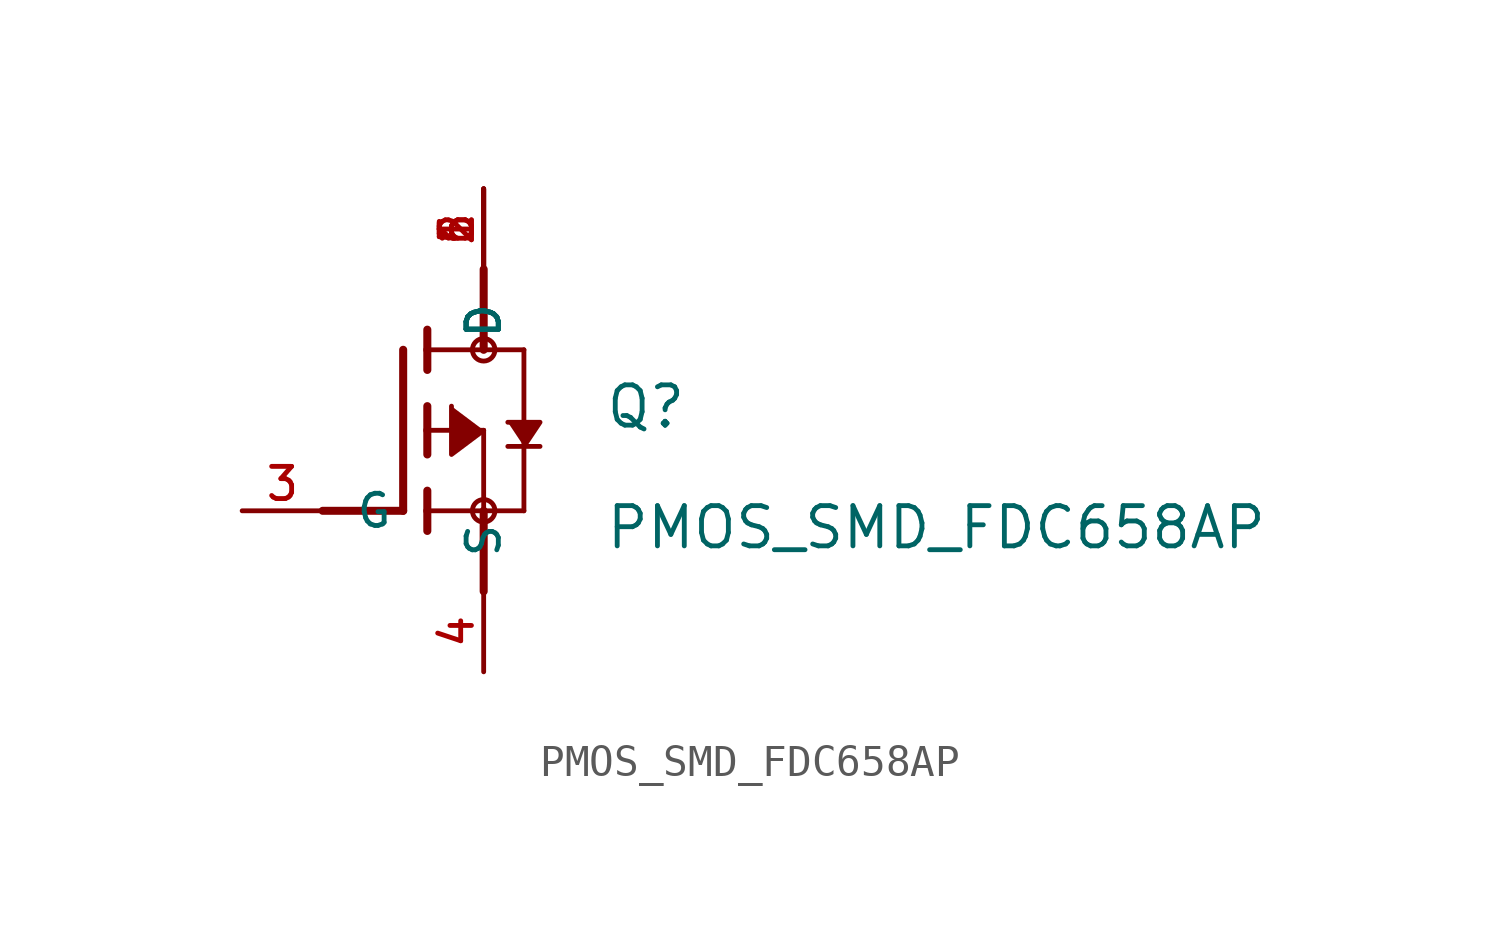
<source format=kicad_sym>
(kicad_symbol_lib
  (version 20201005)
  (generator kicad_symbol_editor)
  (symbol "NB3_power:PMOS_SMD_FDC658AP"
    (pin_names
      (offset 1.016))
    (property "Reference" "Q"
      (at 6.35 0 0)
      (effects (font (size 1.27 1.27)) (justify left bottom)))
    (property "Value" "PMOS_SMD_FDC658AP"
      (at 6.35 -3.81 0)
      (effects (font (size 1.27 1.27)) (justify left bottom)))
    (property "ki_locked" ""
      (at 0 0 0)
      (effects (font (size 1.27 1.27))))
    (symbol "PMOS_SMD_FDC658AP_0_0"
      (circle (center 2.54 -2.54) (radius 0.356) (stroke (width 0)) (fill (type none)))
      (circle (center 2.54 2.54) (radius 0.356) (stroke (width 0)) (fill (type none)))
      (polyline (pts (xy 0.762 0.762) (xy 0.762 0)) (stroke (width 0.254)) (fill (type none)))
      (polyline (pts (xy 0.762 0) (xy 0.762 -0.762)) (stroke (width 0.254)) (fill (type none)))
      (polyline (pts (xy 0.762 3.175) (xy 0.762 2.54)) (stroke (width 0.254)) (fill (type none)))
      (polyline (pts (xy 0.762 2.54) (xy 0.762 1.905)) (stroke (width 0.254)) (fill (type none)))
      (polyline (pts (xy 0.762 0) (xy 2.54 0)) (stroke (width 0.152)) (fill (type none)))
      (polyline (pts (xy 2.54 0) (xy 2.54 -2.54)) (stroke (width 0.152)) (fill (type none)))
      (polyline (pts (xy 0.762 -1.905) (xy 0.762 -2.54)) (stroke (width 0.254)) (fill (type none)))
      (polyline (pts (xy 0.762 -2.54) (xy 0.762 -3.175)) (stroke (width 0.254)) (fill (type none)))
      (polyline (pts (xy 0 2.54) (xy 0 -2.54)) (stroke (width 0.254)) (fill (type none)))
      (polyline (pts (xy 2.54 -2.54) (xy 0.762 -2.54)) (stroke (width 0.152)) (fill (type none)))
      (polyline (pts (xy 3.81 2.54) (xy 3.81 -0.508)) (stroke (width 0.152)) (fill (type none)))
      (polyline (pts (xy 3.81 -0.508) (xy 3.81 -2.54)) (stroke (width 0.152)) (fill (type none)))
      (polyline (pts (xy 2.54 -2.54) (xy 3.81 -2.54)) (stroke (width 0.152)) (fill (type none)))
      (polyline (pts (xy 0.762 2.54) (xy 2.54 2.54)) (stroke (width 0.152)) (fill (type none)))
      (polyline (pts (xy 2.54 2.54) (xy 3.81 2.54)) (stroke (width 0.152)) (fill (type none)))
      (polyline (pts (xy 3.302 -0.508) (xy 3.81 -0.508)) (stroke (width 0.152)) (fill (type none)))
      (polyline (pts (xy 3.81 -0.508) (xy 4.318 -0.508)) (stroke (width 0.152)) (fill (type none)))
      (polyline (pts (xy 3.81 -0.508) (xy 4.318 0.254) (xy 3.302 0.254)) (stroke (width 0.152)) (fill (type outline)))
      (polyline (pts (xy 2.54 0) (xy 1.524 -0.762) (xy 1.524 0.762)) (stroke (width 0.152)) (fill (type outline)))
      (polyline (pts (xy -2.54 -2.54) (xy 0 -2.54)) (stroke (width 0.254)) (fill (type none)))
      (polyline (pts (xy 2.54 -2.54) (xy 2.54 -5.08)) (stroke (width 0.254)) (fill (type none)))
      (polyline (pts (xy 2.54 2.54) (xy 2.54 5.08)) (stroke (width 0.254)) (fill (type none)))
      (pin passive line (at 2.54 -7.62 90) (length 2.54) (name "S" (effects (font (size 1.016 1.016)))) (number "4" (effects (font (size 1.016 1.016)))))
      (pin passive line (at -5.08 -2.54 0) (length 2.54) (name "G" (effects (font (size 1.016 1.016)))) (number "3" (effects (font (size 1.016 1.016)))))
      (pin passive line (at 2.54 7.62 270) (length 2.54) (name "D" (effects (font (size 1.016 1.016)))) (number "1" (effects (font (size 1.016 1.016)))))
      (pin passive line (at 2.54 7.62 270) (length 2.54) (name "D" (effects (font (size 1.016 1.016)))) (number "2" (effects (font (size 1.016 1.016)))))
      (pin passive line (at 2.54 7.62 270) (length 2.54) (name "D" (effects (font (size 1.016 1.016)))) (number "5" (effects (font (size 1.016 1.016)))))
      (pin passive line (at 2.54 7.62 270) (length 2.54) (name "D" (effects (font (size 1.016 1.016)))) (number "6" (effects (font (size 1.016 1.016))))))))
</source>
